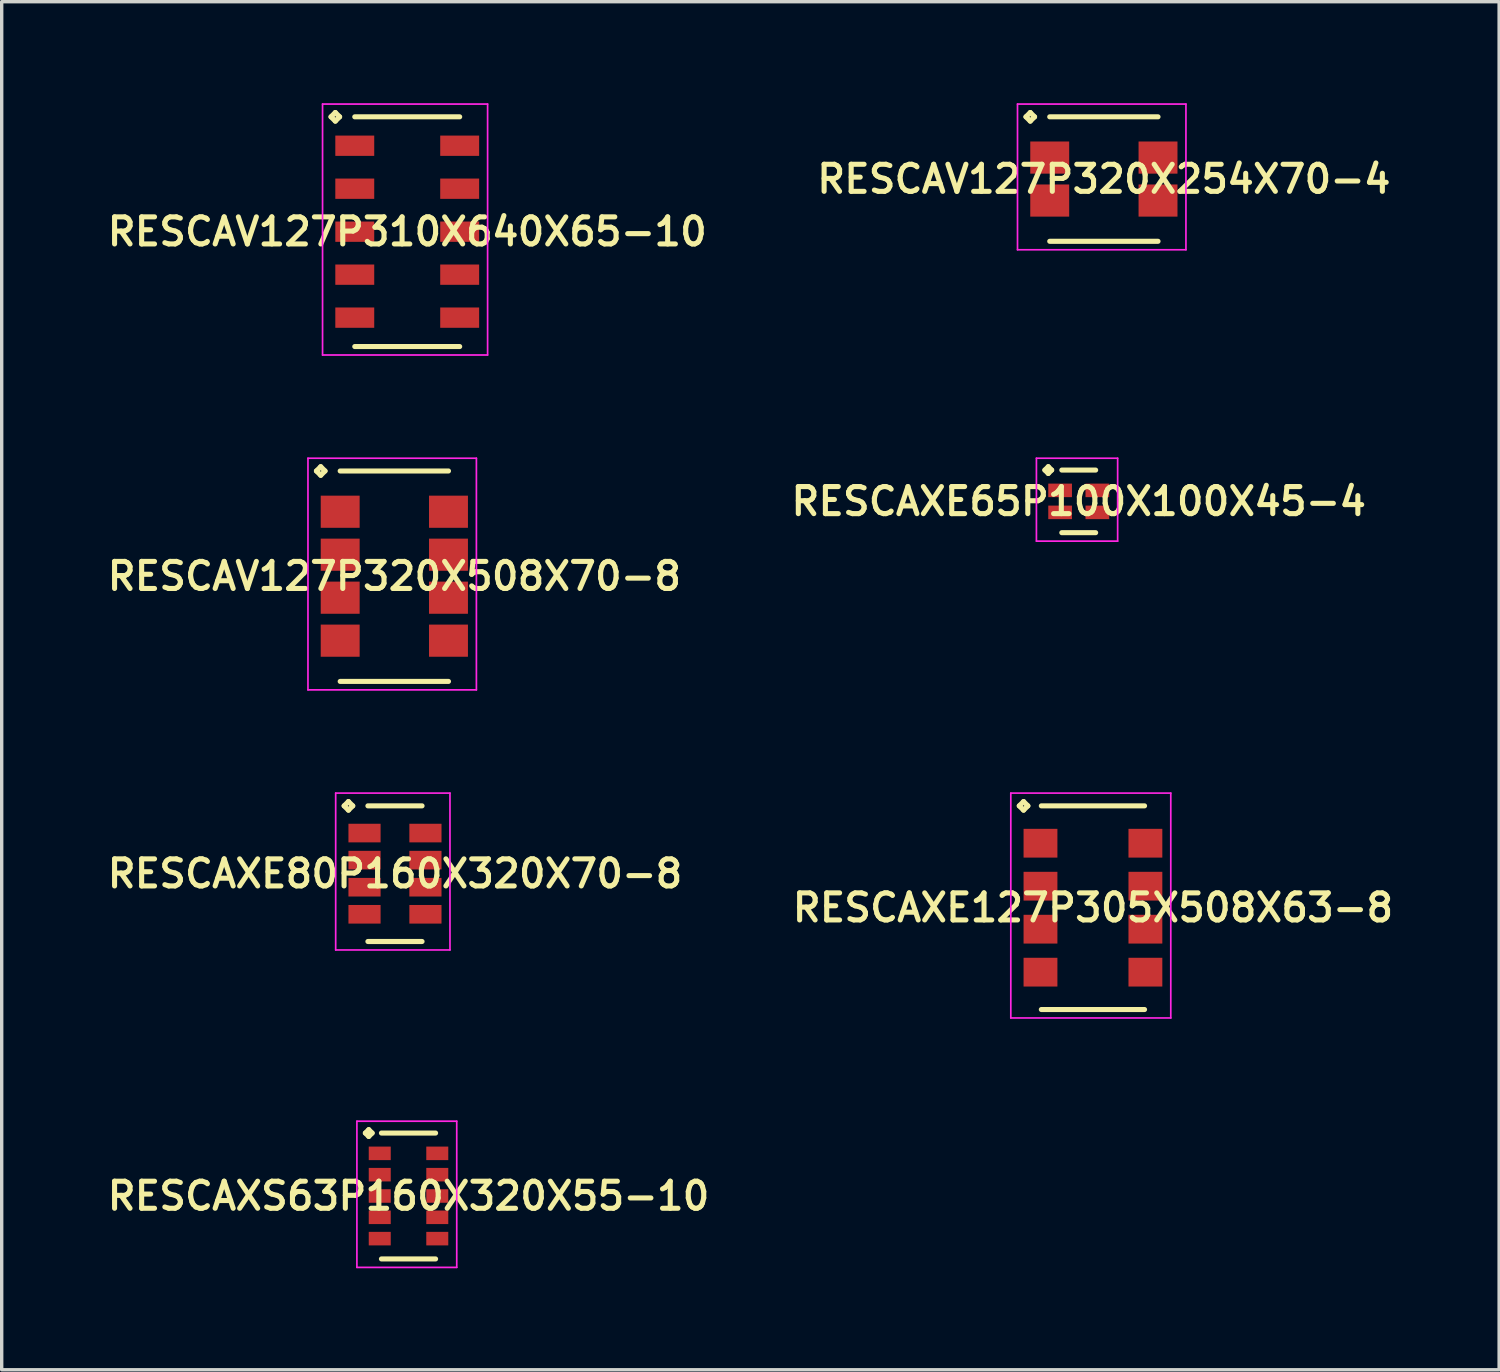
<source format=kicad_pcb>
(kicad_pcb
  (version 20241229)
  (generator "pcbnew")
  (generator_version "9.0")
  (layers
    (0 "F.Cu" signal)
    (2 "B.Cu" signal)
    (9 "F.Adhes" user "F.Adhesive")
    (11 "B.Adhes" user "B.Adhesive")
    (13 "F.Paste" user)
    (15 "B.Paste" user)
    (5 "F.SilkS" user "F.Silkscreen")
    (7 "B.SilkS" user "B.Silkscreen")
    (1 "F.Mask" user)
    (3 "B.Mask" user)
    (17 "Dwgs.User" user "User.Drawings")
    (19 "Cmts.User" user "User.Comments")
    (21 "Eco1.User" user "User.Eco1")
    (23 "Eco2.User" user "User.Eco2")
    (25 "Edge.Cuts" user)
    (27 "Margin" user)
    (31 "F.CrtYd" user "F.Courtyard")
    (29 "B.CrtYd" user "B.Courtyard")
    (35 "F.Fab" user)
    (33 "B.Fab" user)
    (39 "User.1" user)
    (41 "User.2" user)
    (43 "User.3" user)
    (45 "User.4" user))
  (footprint "RESCAXE80P160X320X70-8"
    (layer "F.Cu")
    (at 8.621 22.766)
    (property "Reference" "RESCAXE80P160X320X70-8" (at 0 0 0) (layer "F.SilkS") (effects (font (size 0.8 0.8) (thickness 0.15))))
    (attr smd)
    (fp_line (start -1.502 -2.004) (end -1.375 -2.131) (stroke (width 0.15) (type solid)) (layer "F.SilkS"))
    (fp_line (start -1.375 -2.131) (end -1.248 -2.004) (stroke (width 0.15) (type solid)) (layer "F.SilkS"))
    (fp_line (start -1.375 -1.877) (end -1.502 -2.004) (stroke (width 0.15) (type solid)) (layer "F.SilkS"))
    (fp_line (start -1.248 -2.004) (end -1.375 -1.877) (stroke (width 0.15) (type solid)) (layer "F.SilkS"))
    (fp_line (start -0.8 -2.004) (end 0.8 -2.004) (stroke (width 0.15) (type solid)) (layer "F.SilkS"))
    (fp_line (start -0.8 2.004) (end 0.8 2.004) (stroke (width 0.15) (type solid)) (layer "F.SilkS"))
    (fp_line (start -1.752 -2.381) (end 1.625 -2.381) (stroke (width 0.05) (type solid)) (layer "F.CrtYd"))
    (fp_line (start -1.752 2.254) (end -1.752 -2.381) (stroke (width 0.05) (type solid)) (layer "F.CrtYd"))
    (fp_line (start 1.625 -2.381) (end 1.625 2.254) (stroke (width 0.05) (type solid)) (layer "F.CrtYd"))
    (fp_line (start 1.625 2.254) (end -1.752 2.254) (stroke (width 0.05) (type solid)) (layer "F.CrtYd"))
    (pad "1" smd rect (at -0.9 -1.2) (size 0.95 0.55) (layers "F.Cu" "F.Mask" "F.Paste"))
    (pad "2" smd rect (at -0.9 -0.4) (size 0.95 0.55) (layers "F.Cu" "F.Mask" "F.Paste"))
    (pad "3" smd rect (at -0.9 0.4) (size 0.95 0.55) (layers "F.Cu" "F.Mask" "F.Paste"))
    (pad "4" smd rect (at -0.9 1.2) (size 0.95 0.55) (layers "F.Cu" "F.Mask" "F.Paste"))
    (pad "5" smd rect (at 0.9 1.2) (size 0.95 0.55) (layers "F.Cu" "F.Mask" "F.Paste"))
    (pad "6" smd rect (at 0.9 0.4) (size 0.95 0.55) (layers "F.Cu" "F.Mask" "F.Paste"))
    (pad "7" smd rect (at 0.9 -0.4) (size 0.95 0.55) (layers "F.Cu" "F.Mask" "F.Paste"))
    (pad "8" smd rect (at 0.9 -1.2) (size 0.95 0.55) (layers "F.Cu" "F.Mask" "F.Paste")))
  (footprint "RESCAV127P320X254X70-4"
    (layer "F.Cu")
    (at 29.568 2.241)
    (property "Reference" "RESCAV127P320X254X70-4" (at 0 0 0) (layer "F.SilkS") (effects (font (size 0.8 0.8) (thickness 0.15))))
    (attr smd)
    (fp_line (start -2.302 -1.839) (end -2.175 -1.966) (stroke (width 0.15) (type solid)) (layer "F.SilkS"))
    (fp_line (start -2.175 -1.966) (end -2.048 -1.839) (stroke (width 0.15) (type solid)) (layer "F.SilkS"))
    (fp_line (start -2.175 -1.712) (end -2.302 -1.839) (stroke (width 0.15) (type solid)) (layer "F.SilkS"))
    (fp_line (start -2.048 -1.839) (end -2.175 -1.712) (stroke (width 0.15) (type solid)) (layer "F.SilkS"))
    (fp_line (start -1.6 -1.839) (end 1.6 -1.839) (stroke (width 0.15) (type solid)) (layer "F.SilkS"))
    (fp_line (start -1.6 1.839) (end 1.6 1.839) (stroke (width 0.15) (type solid)) (layer "F.SilkS"))
    (fp_line (start -2.552 -2.216) (end 2.425 -2.216) (stroke (width 0.05) (type solid)) (layer "F.CrtYd"))
    (fp_line (start -2.552 2.089) (end -2.552 -2.216) (stroke (width 0.05) (type solid)) (layer "F.CrtYd"))
    (fp_line (start 2.425 -2.216) (end 2.425 2.089) (stroke (width 0.05) (type solid)) (layer "F.CrtYd"))
    (fp_line (start 2.425 2.089) (end -2.552 2.089) (stroke (width 0.05) (type solid)) (layer "F.CrtYd"))
    (pad "1" smd rect (at -1.6 -0.635) (size 1.15 0.95) (layers "F.Cu" "F.Mask" "F.Paste"))
    (pad "2" smd rect (at -1.6 0.635) (size 1.15 0.95) (layers "F.Cu" "F.Mask" "F.Paste"))
    (pad "3" smd rect (at 1.6 0.635) (size 1.15 0.95) (layers "F.Cu" "F.Mask" "F.Paste"))
    (pad "4" smd rect (at 1.6 -0.635) (size 1.15 0.95) (layers "F.Cu" "F.Mask" "F.Paste")))
  (footprint "RESCAXS63P160X320X55-10"
    (layer "F.Cu")
    (at 9.021 32.29)
    (property "Reference" "RESCAXS63P160X320X55-10" (at 0 0 0) (layer "F.SilkS") (effects (font (size 0.8 0.8) (thickness 0.15))))
    (attr smd)
    (fp_line (start -1.275 -1.86) (end -1.175 -1.96) (stroke (width 0.15) (type solid)) (layer "F.SilkS"))
    (fp_line (start -1.175 -1.96) (end -1.075 -1.86) (stroke (width 0.15) (type solid)) (layer "F.SilkS"))
    (fp_line (start -1.175 -1.76) (end -1.275 -1.86) (stroke (width 0.15) (type solid)) (layer "F.SilkS"))
    (fp_line (start -1.075 -1.86) (end -1.175 -1.76) (stroke (width 0.15) (type solid)) (layer "F.SilkS"))
    (fp_line (start -0.8 -1.86) (end 0.8 -1.86) (stroke (width 0.15) (type solid)) (layer "F.SilkS"))
    (fp_line (start -0.8 1.86) (end 0.8 1.86) (stroke (width 0.15) (type solid)) (layer "F.SilkS"))
    (fp_line (start -1.525 -2.21) (end 1.425 -2.21) (stroke (width 0.05) (type solid)) (layer "F.CrtYd"))
    (fp_line (start -1.525 2.11) (end -1.525 -2.21) (stroke (width 0.05) (type solid)) (layer "F.CrtYd"))
    (fp_line (start 1.425 -2.21) (end 1.425 2.11) (stroke (width 0.05) (type solid)) (layer "F.CrtYd"))
    (fp_line (start 1.425 2.11) (end -1.525 2.11) (stroke (width 0.05) (type solid)) (layer "F.CrtYd"))
    (pad "1" smd rect (at -0.85 -1.26) (size 0.65 0.4) (layers "F.Cu" "F.Mask" "F.Paste"))
    (pad "2" smd rect (at -0.85 -0.63) (size 0.65 0.4) (layers "F.Cu" "F.Mask" "F.Paste"))
    (pad "3" smd rect (at -0.85 0) (size 0.65 0.4) (layers "F.Cu" "F.Mask" "F.Paste"))
    (pad "4" smd rect (at -0.85 0.63) (size 0.65 0.4) (layers "F.Cu" "F.Mask" "F.Paste"))
    (pad "5" smd rect (at -0.85 1.26) (size 0.65 0.4) (layers "F.Cu" "F.Mask" "F.Paste"))
    (pad "6" smd rect (at 0.85 1.26) (size 0.65 0.4) (layers "F.Cu" "F.Mask" "F.Paste"))
    (pad "7" smd rect (at 0.85 0.63) (size 0.65 0.4) (layers "F.Cu" "F.Mask" "F.Paste"))
    (pad "8" smd rect (at 0.85 0) (size 0.65 0.4) (layers "F.Cu" "F.Mask" "F.Paste"))
    (pad "9" smd rect (at 0.85 -0.63) (size 0.65 0.4) (layers "F.Cu" "F.Mask" "F.Paste"))
    (pad "10" smd rect (at 0.85 -1.26) (size 0.65 0.4) (layers "F.Cu" "F.Mask" "F.Paste")))
  (footprint "RESCAXE127P305X508X63-8"
    (layer "F.Cu")
    (at 29.245 23.771)
    (property "Reference" "RESCAXE127P305X508X63-8" (at 0 0 0) (layer "F.SilkS") (effects (font (size 0.8 0.8) (thickness 0.15))))
    (attr smd)
    (fp_line (start -2.177 -3.009) (end -2.05 -3.136) (stroke (width 0.15) (type solid)) (layer "F.SilkS"))
    (fp_line (start -2.05 -3.136) (end -1.923 -3.009) (stroke (width 0.15) (type solid)) (layer "F.SilkS"))
    (fp_line (start -2.05 -2.882) (end -2.177 -3.009) (stroke (width 0.15) (type solid)) (layer "F.SilkS"))
    (fp_line (start -1.923 -3.009) (end -2.05 -2.882) (stroke (width 0.15) (type solid)) (layer "F.SilkS"))
    (fp_line (start -1.525 -3.009) (end 1.525 -3.009) (stroke (width 0.15) (type solid)) (layer "F.SilkS"))
    (fp_line (start -1.525 3.009) (end 1.525 3.009) (stroke (width 0.15) (type solid)) (layer "F.SilkS"))
    (fp_line (start -2.427 -3.386) (end 2.3 -3.386) (stroke (width 0.05) (type solid)) (layer "F.CrtYd"))
    (fp_line (start -2.427 3.259) (end -2.427 -3.386) (stroke (width 0.05) (type solid)) (layer "F.CrtYd"))
    (fp_line (start 2.3 -3.386) (end 2.3 3.259) (stroke (width 0.05) (type solid)) (layer "F.CrtYd"))
    (fp_line (start 2.3 3.259) (end -2.427 3.259) (stroke (width 0.05) (type solid)) (layer "F.CrtYd"))
    (pad "1" smd rect (at -1.55 -1.905) (size 1 0.85) (layers "F.Cu" "F.Mask" "F.Paste"))
    (pad "2" smd rect (at -1.55 -0.635) (size 1 0.85) (layers "F.Cu" "F.Mask" "F.Paste"))
    (pad "3" smd rect (at -1.55 0.635) (size 1 0.85) (layers "F.Cu" "F.Mask" "F.Paste"))
    (pad "4" smd rect (at -1.55 1.905) (size 1 0.85) (layers "F.Cu" "F.Mask" "F.Paste"))
    (pad "5" smd rect (at 1.55 1.905) (size 1 0.85) (layers "F.Cu" "F.Mask" "F.Paste"))
    (pad "6" smd rect (at 1.55 0.635) (size 1 0.85) (layers "F.Cu" "F.Mask" "F.Paste"))
    (pad "7" smd rect (at 1.55 -0.635) (size 1 0.85) (layers "F.Cu" "F.Mask" "F.Paste"))
    (pad "8" smd rect (at 1.55 -1.905) (size 1 0.85) (layers "F.Cu" "F.Mask" "F.Paste")))
  (footprint "RESCAV127P310X640X65-10"
    (layer "F.Cu")
    (at 8.983 3.796)
    (property "Reference" "RESCAV127P310X640X65-10" (at 0 0 0) (layer "F.SilkS") (effects (font (size 0.8 0.8) (thickness 0.15))))
    (attr smd)
    (fp_line (start -2.252 -3.394) (end -2.125 -3.521) (stroke (width 0.15) (type solid)) (layer "F.SilkS"))
    (fp_line (start -2.125 -3.521) (end -1.998 -3.394) (stroke (width 0.15) (type solid)) (layer "F.SilkS"))
    (fp_line (start -2.125 -3.267) (end -2.252 -3.394) (stroke (width 0.15) (type solid)) (layer "F.SilkS"))
    (fp_line (start -1.998 -3.394) (end -2.125 -3.267) (stroke (width 0.15) (type solid)) (layer "F.SilkS"))
    (fp_line (start -1.55 -3.394) (end 1.55 -3.394) (stroke (width 0.15) (type solid)) (layer "F.SilkS"))
    (fp_line (start -1.55 3.394) (end 1.55 3.394) (stroke (width 0.15) (type solid)) (layer "F.SilkS"))
    (fp_line (start -2.502 -3.771) (end 2.375 -3.771) (stroke (width 0.05) (type solid)) (layer "F.CrtYd"))
    (fp_line (start -2.502 3.644) (end -2.502 -3.771) (stroke (width 0.05) (type solid)) (layer "F.CrtYd"))
    (fp_line (start 2.375 -3.771) (end 2.375 3.644) (stroke (width 0.05) (type solid)) (layer "F.CrtYd"))
    (fp_line (start 2.375 3.644) (end -2.502 3.644) (stroke (width 0.05) (type solid)) (layer "F.CrtYd"))
    (pad "1" smd rect (at -1.55 -2.54) (size 1.15 0.6) (layers "F.Cu" "F.Mask" "F.Paste"))
    (pad "2" smd rect (at -1.55 -1.27) (size 1.15 0.6) (layers "F.Cu" "F.Mask" "F.Paste"))
    (pad "3" smd rect (at -1.55 0) (size 1.15 0.6) (layers "F.Cu" "F.Mask" "F.Paste"))
    (pad "4" smd rect (at -1.55 1.27) (size 1.15 0.6) (layers "F.Cu" "F.Mask" "F.Paste"))
    (pad "5" smd rect (at -1.55 2.54) (size 1.15 0.6) (layers "F.Cu" "F.Mask" "F.Paste"))
    (pad "6" smd rect (at 1.55 2.54) (size 1.15 0.6) (layers "F.Cu" "F.Mask" "F.Paste"))
    (pad "7" smd rect (at 1.55 1.27) (size 1.15 0.6) (layers "F.Cu" "F.Mask" "F.Paste"))
    (pad "8" smd rect (at 1.55 0) (size 1.15 0.6) (layers "F.Cu" "F.Mask" "F.Paste"))
    (pad "9" smd rect (at 1.55 -1.27) (size 1.15 0.6) (layers "F.Cu" "F.Mask" "F.Paste"))
    (pad "10" smd rect (at 1.55 -2.54) (size 1.15 0.6) (layers "F.Cu" "F.Mask" "F.Paste")))
  (footprint "RESCAXE65P100X100X45-4"
    (layer "F.Cu")
    (at 28.825 11.765)
    (property "Reference" "RESCAXE65P100X100X45-4" (at 0 0 0) (layer "F.SilkS") (effects (font (size 0.8 0.8) (thickness 0.15))))
    (attr smd)
    (fp_line (start -1 -0.925) (end -0.9 -1.025) (stroke (width 0.15) (type solid)) (layer "F.SilkS"))
    (fp_line (start -0.9 -1.025) (end -0.8 -0.925) (stroke (width 0.15) (type solid)) (layer "F.SilkS"))
    (fp_line (start -0.9 -0.825) (end -1 -0.925) (stroke (width 0.15) (type solid)) (layer "F.SilkS"))
    (fp_line (start -0.8 -0.925) (end -0.9 -0.825) (stroke (width 0.15) (type solid)) (layer "F.SilkS"))
    (fp_line (start -0.5 -0.925) (end 0.5 -0.925) (stroke (width 0.15) (type solid)) (layer "F.SilkS"))
    (fp_line (start -0.5 0.925) (end 0.5 0.925) (stroke (width 0.15) (type solid)) (layer "F.SilkS"))
    (fp_line (start -1.25 -1.275) (end 1.15 -1.275) (stroke (width 0.05) (type solid)) (layer "F.CrtYd"))
    (fp_line (start -1.25 1.175) (end -1.25 -1.275) (stroke (width 0.05) (type solid)) (layer "F.CrtYd"))
    (fp_line (start 1.15 -1.275) (end 1.15 1.175) (stroke (width 0.05) (type solid)) (layer "F.CrtYd"))
    (fp_line (start 1.15 1.175) (end -1.25 1.175) (stroke (width 0.05) (type solid)) (layer "F.CrtYd"))
    (pad "1" smd rect (at -0.55 -0.325) (size 0.7 0.4) (layers "F.Cu" "F.Mask" "F.Paste"))
    (pad "2" smd rect (at -0.55 0.325) (size 0.7 0.4) (layers "F.Cu" "F.Mask" "F.Paste"))
    (pad "3" smd rect (at 0.55 0.325) (size 0.7 0.4) (layers "F.Cu" "F.Mask" "F.Paste"))
    (pad "4" smd rect (at 0.55 -0.325) (size 0.7 0.4) (layers "F.Cu" "F.Mask" "F.Paste")))
  (footprint "RESCAV127P320X508X70-8"
    (layer "F.Cu")
    (at 8.602 13.976)
    (property "Reference" "RESCAV127P320X508X70-8" (at 0 0 0) (layer "F.SilkS") (effects (font (size 0.8 0.8) (thickness 0.15))))
    (attr smd)
    (fp_line (start -2.302 -3.109) (end -2.175 -3.236) (stroke (width 0.15) (type solid)) (layer "F.SilkS"))
    (fp_line (start -2.175 -3.236) (end -2.048 -3.109) (stroke (width 0.15) (type solid)) (layer "F.SilkS"))
    (fp_line (start -2.175 -2.982) (end -2.302 -3.109) (stroke (width 0.15) (type solid)) (layer "F.SilkS"))
    (fp_line (start -2.048 -3.109) (end -2.175 -2.982) (stroke (width 0.15) (type solid)) (layer "F.SilkS"))
    (fp_line (start -1.6 -3.109) (end 1.6 -3.109) (stroke (width 0.15) (type solid)) (layer "F.SilkS"))
    (fp_line (start -1.6 3.109) (end 1.6 3.109) (stroke (width 0.15) (type solid)) (layer "F.SilkS"))
    (fp_line (start -2.552 -3.486) (end 2.425 -3.486) (stroke (width 0.05) (type solid)) (layer "F.CrtYd"))
    (fp_line (start -2.552 3.359) (end -2.552 -3.486) (stroke (width 0.05) (type solid)) (layer "F.CrtYd"))
    (fp_line (start 2.425 -3.486) (end 2.425 3.359) (stroke (width 0.05) (type solid)) (layer "F.CrtYd"))
    (fp_line (start 2.425 3.359) (end -2.552 3.359) (stroke (width 0.05) (type solid)) (layer "F.CrtYd"))
    (pad "1" smd rect (at -1.6 -1.905) (size 1.15 0.95) (layers "F.Cu" "F.Mask" "F.Paste"))
    (pad "2" smd rect (at -1.6 -0.635) (size 1.15 0.95) (layers "F.Cu" "F.Mask" "F.Paste"))
    (pad "3" smd rect (at -1.6 0.635) (size 1.15 0.95) (layers "F.Cu" "F.Mask" "F.Paste"))
    (pad "4" smd rect (at -1.6 1.905) (size 1.15 0.95) (layers "F.Cu" "F.Mask" "F.Paste"))
    (pad "5" smd rect (at 1.6 1.905) (size 1.15 0.95) (layers "F.Cu" "F.Mask" "F.Paste"))
    (pad "6" smd rect (at 1.6 0.635) (size 1.15 0.95) (layers "F.Cu" "F.Mask" "F.Paste"))
    (pad "7" smd rect (at 1.6 -0.635) (size 1.15 0.95) (layers "F.Cu" "F.Mask" "F.Paste"))
    (pad "8" smd rect (at 1.6 -1.905) (size 1.15 0.95) (layers "F.Cu" "F.Mask" "F.Paste")))
  (gr_rect
    (start -3 -3)
    (end 41.247 37.425)
    (stroke (width 0.1) (type default))
    (fill no)
    (layer "Edge.Cuts")))
</source>
